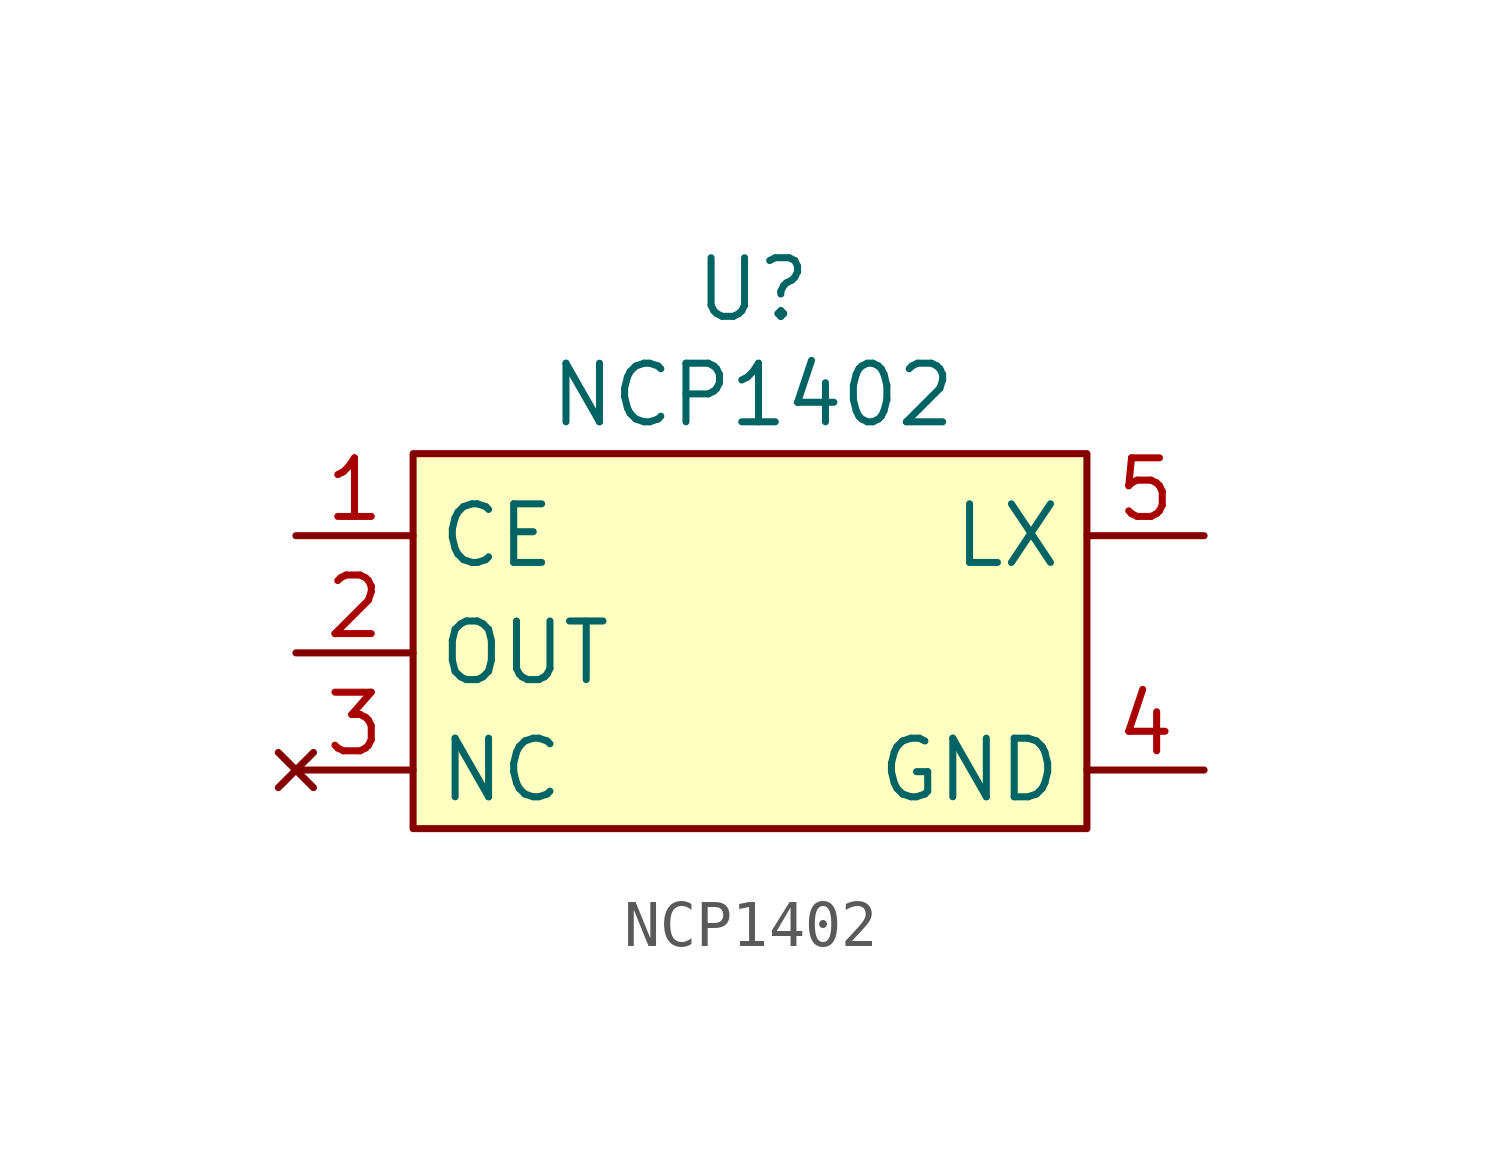
<source format=kicad_sym>
(kicad_symbol_lib
  (version 20220914)
  (generator kicad_symbol_editor)
  (symbol "NCP1402"
    (property "Reference" "U"
      (at -0.254 7.874 0)
      (effects (font (size 1.27 1.27))))
    (property "Value" "NCP1402"
      (at -0.254 5.588 0)
      (effects (font (size 1.27 1.27))))
    (symbol "NCP1402_1_1"
      (rectangle (start -7.62 4.318) (end 6.985 -3.81) (stroke (width 0) (type default)) (fill (type background)))
      (pin input line (at -10.16 2.54 0) (length 2.54) (name "CE" (effects (font (size 1.27 1.27)))) (number "1" (effects (font (size 1.27 1.27)))))
      (pin power_out line (at -10.16 0 0) (length 2.54) (name "OUT" (effects (font (size 1.27 1.27)))) (number "2" (effects (font (size 1.27 1.27)))))
      (pin no_connect line (at -10.16 -2.54 0) (length 2.54) (name "NC" (effects (font (size 1.27 1.27)))) (number "3" (effects (font (size 1.27 1.27)))))
      (pin power_out line (at 9.525 -2.54 180) (length 2.54) (name "GND" (effects (font (size 1.27 1.27)))) (number "4" (effects (font (size 1.27 1.27)))))
      (pin input line (at 9.525 2.54 180) (length 2.54) (name "LX" (effects (font (size 1.27 1.27)))) (number "5" (effects (font (size 1.27 1.27))))))))
</source>
